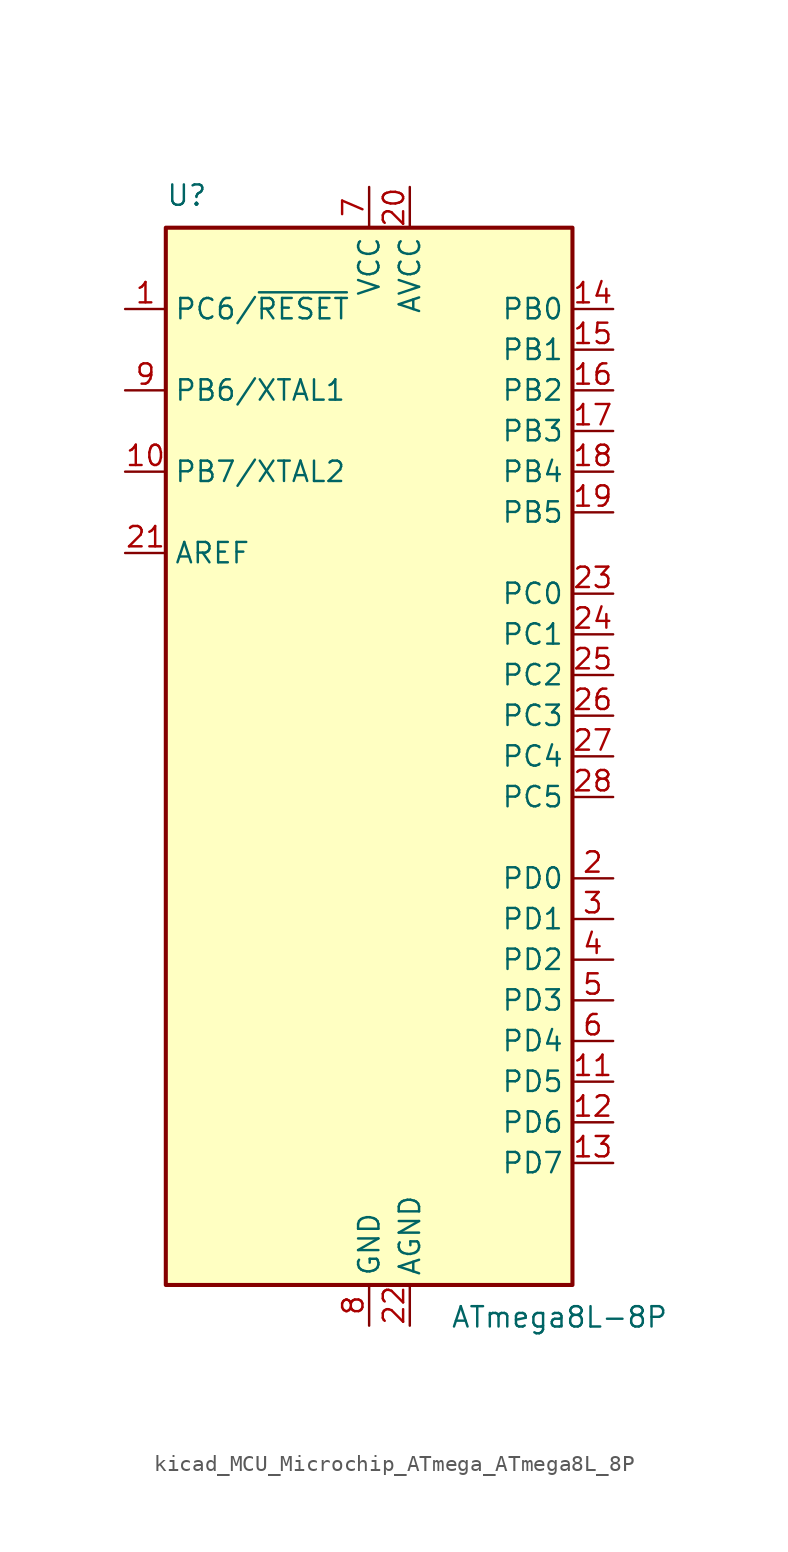
<source format=kicad_sym>
(kicad_symbol_lib
  (version 20220914)
  (generator kicad_symbol_editor)
  (symbol "kicad_MCU_Microchip_ATmega_ATmega8L_8P"
    (property "Reference" "U"
      (at -12.7 34.29 0)
      (effects (font (size 1.27 1.27)) (justify left bottom)))
    (property "Value" "ATmega8L-8P"
      (at 5.08 -34.29 0)
      (effects (font (size 1.27 1.27)) (justify left top)))
    (symbol "kicad_MCU_Microchip_ATmega_ATmega8L_8P_0_1"
      (rectangle (start -12.7 -33.02) (end 12.7 33.02) (stroke (width 0.254) (type default)) (fill (type background))))
    (symbol "kicad_MCU_Microchip_ATmega_ATmega8L_8P_1_1"
      (pin bidirectional line (at -15.24 27.94 0) (length 2.54) (name "PC6/~{RESET}" (effects (font (size 1.27 1.27)))) (number "1" (effects (font (size 1.27 1.27)))))
      (pin bidirectional line (at -15.24 17.78 0) (length 2.54) (name "PB7/XTAL2" (effects (font (size 1.27 1.27)))) (number "10" (effects (font (size 1.27 1.27)))))
      (pin bidirectional line (at 15.24 -20.32 180) (length 2.54) (name "PD5" (effects (font (size 1.27 1.27)))) (number "11" (effects (font (size 1.27 1.27)))))
      (pin bidirectional line (at 15.24 -22.86 180) (length 2.54) (name "PD6" (effects (font (size 1.27 1.27)))) (number "12" (effects (font (size 1.27 1.27)))))
      (pin bidirectional line (at 15.24 -25.4 180) (length 2.54) (name "PD7" (effects (font (size 1.27 1.27)))) (number "13" (effects (font (size 1.27 1.27)))))
      (pin bidirectional line (at 15.24 27.94 180) (length 2.54) (name "PB0" (effects (font (size 1.27 1.27)))) (number "14" (effects (font (size 1.27 1.27)))))
      (pin bidirectional line (at 15.24 25.4 180) (length 2.54) (name "PB1" (effects (font (size 1.27 1.27)))) (number "15" (effects (font (size 1.27 1.27)))))
      (pin bidirectional line (at 15.24 22.86 180) (length 2.54) (name "PB2" (effects (font (size 1.27 1.27)))) (number "16" (effects (font (size 1.27 1.27)))))
      (pin bidirectional line (at 15.24 20.32 180) (length 2.54) (name "PB3" (effects (font (size 1.27 1.27)))) (number "17" (effects (font (size 1.27 1.27)))))
      (pin bidirectional line (at 15.24 17.78 180) (length 2.54) (name "PB4" (effects (font (size 1.27 1.27)))) (number "18" (effects (font (size 1.27 1.27)))))
      (pin bidirectional line (at 15.24 15.24 180) (length 2.54) (name "PB5" (effects (font (size 1.27 1.27)))) (number "19" (effects (font (size 1.27 1.27)))))
      (pin bidirectional line (at 15.24 -7.62 180) (length 2.54) (name "PD0" (effects (font (size 1.27 1.27)))) (number "2" (effects (font (size 1.27 1.27)))))
      (pin power_in line (at 2.54 35.56 270) (length 2.54) (name "AVCC" (effects (font (size 1.27 1.27)))) (number "20" (effects (font (size 1.27 1.27)))))
      (pin passive line (at -15.24 12.7 0) (length 2.54) (name "AREF" (effects (font (size 1.27 1.27)))) (number "21" (effects (font (size 1.27 1.27)))))
      (pin power_in line (at 2.54 -35.56 90) (length 2.54) (name "AGND" (effects (font (size 1.27 1.27)))) (number "22" (effects (font (size 1.27 1.27)))))
      (pin bidirectional line (at 15.24 10.16 180) (length 2.54) (name "PC0" (effects (font (size 1.27 1.27)))) (number "23" (effects (font (size 1.27 1.27)))))
      (pin bidirectional line (at 15.24 7.62 180) (length 2.54) (name "PC1" (effects (font (size 1.27 1.27)))) (number "24" (effects (font (size 1.27 1.27)))))
      (pin bidirectional line (at 15.24 5.08 180) (length 2.54) (name "PC2" (effects (font (size 1.27 1.27)))) (number "25" (effects (font (size 1.27 1.27)))))
      (pin bidirectional line (at 15.24 2.54 180) (length 2.54) (name "PC3" (effects (font (size 1.27 1.27)))) (number "26" (effects (font (size 1.27 1.27)))))
      (pin bidirectional line (at 15.24 0 180) (length 2.54) (name "PC4" (effects (font (size 1.27 1.27)))) (number "27" (effects (font (size 1.27 1.27)))))
      (pin bidirectional line (at 15.24 -2.54 180) (length 2.54) (name "PC5" (effects (font (size 1.27 1.27)))) (number "28" (effects (font (size 1.27 1.27)))))
      (pin bidirectional line (at 15.24 -10.16 180) (length 2.54) (name "PD1" (effects (font (size 1.27 1.27)))) (number "3" (effects (font (size 1.27 1.27)))))
      (pin bidirectional line (at 15.24 -12.7 180) (length 2.54) (name "PD2" (effects (font (size 1.27 1.27)))) (number "4" (effects (font (size 1.27 1.27)))))
      (pin bidirectional line (at 15.24 -15.24 180) (length 2.54) (name "PD3" (effects (font (size 1.27 1.27)))) (number "5" (effects (font (size 1.27 1.27)))))
      (pin bidirectional line (at 15.24 -17.78 180) (length 2.54) (name "PD4" (effects (font (size 1.27 1.27)))) (number "6" (effects (font (size 1.27 1.27)))))
      (pin power_in line (at 0 35.56 270) (length 2.54) (name "VCC" (effects (font (size 1.27 1.27)))) (number "7" (effects (font (size 1.27 1.27)))))
      (pin power_in line (at 0 -35.56 90) (length 2.54) (name "GND" (effects (font (size 1.27 1.27)))) (number "8" (effects (font (size 1.27 1.27)))))
      (pin bidirectional line (at -15.24 22.86 0) (length 2.54) (name "PB6/XTAL1" (effects (font (size 1.27 1.27)))) (number "9" (effects (font (size 1.27 1.27))))))))
</source>
